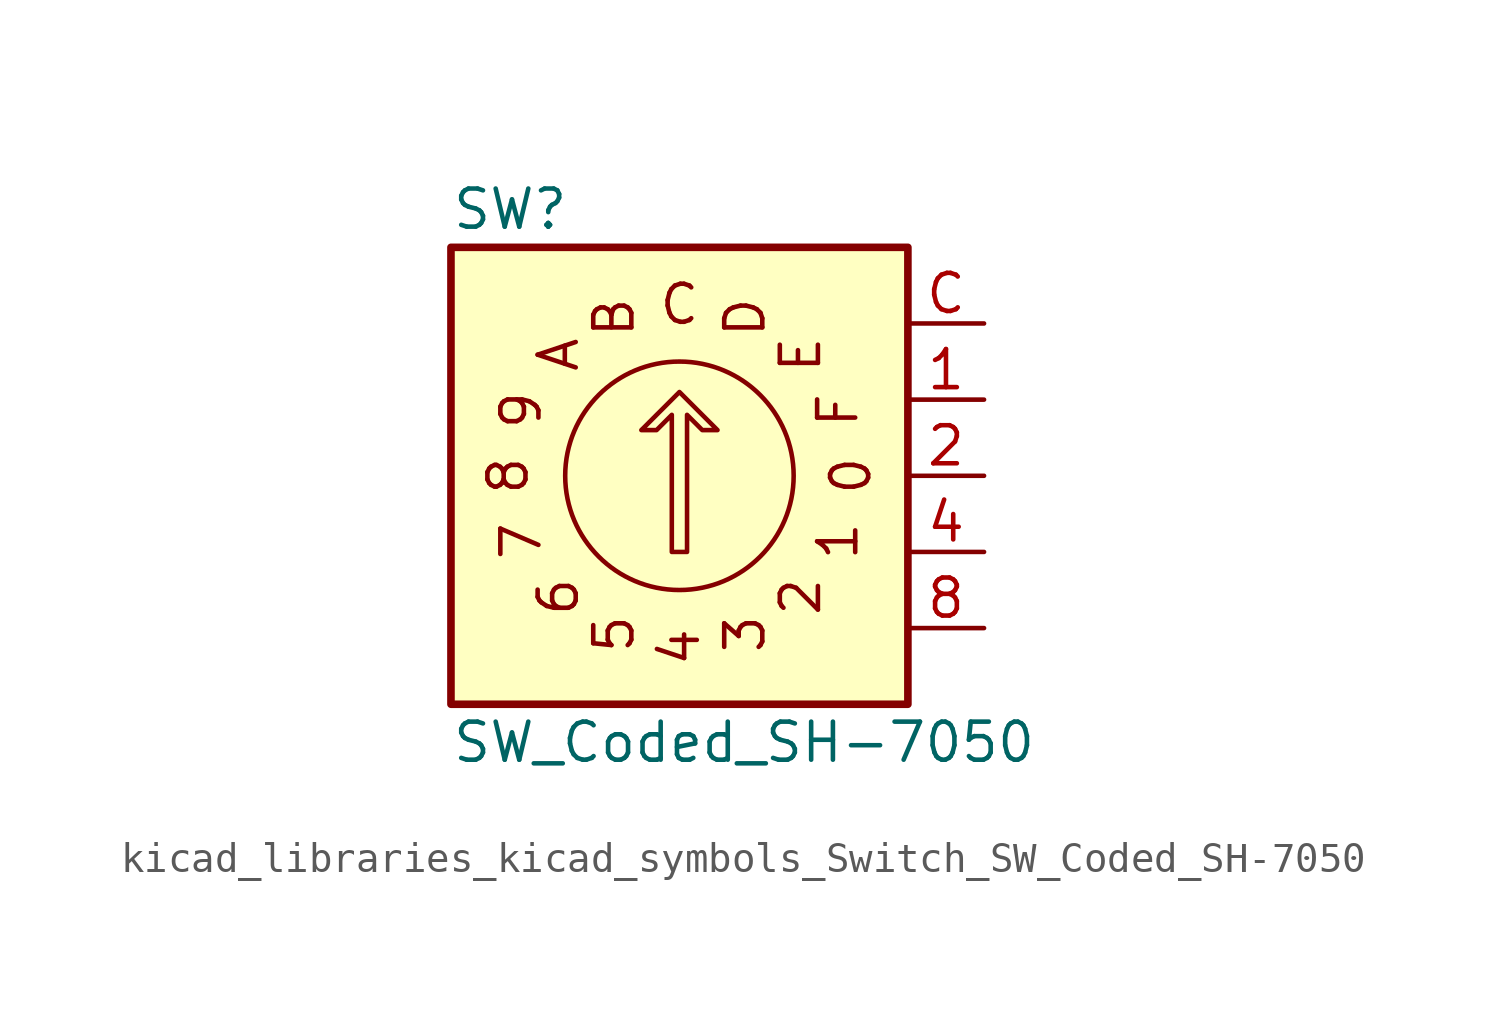
<source format=kicad_sym>
(kicad_symbol_lib
  (version 20220914)
  (generator kicad_symbol_editor)
  (symbol "kicad_libraries_kicad_symbols_Switch_SW_Coded_SH-7050"
    (pin_names hide)
    (property "Reference" "SW"
      (at -7.62 8.89 0)
      (effects (font (size 1.27 1.27)) (justify left)))
    (property "Value" "SW_Coded_SH-7050"
      (at -7.62 -8.89 0)
      (effects (font (size 1.27 1.27)) (justify left)))
    (symbol "kicad_libraries_kicad_symbols_Switch_SW_Coded_SH-7050_0_0"
      (text "0" (at 5.715 0 2700) (effects (font (size 1.27 1.27))))
      (text "1" (at 5.283 -2.184 2475) (effects (font (size 1.27 1.27))))
      (text "2" (at 4.039 -4.039 2250) (effects (font (size 1.27 1.27))))
      (text "3" (at 2.184 -5.283 2025) (effects (font (size 1.27 1.27))))
      (text "4" (at 0 -5.715 1800) (effects (font (size 1.27 1.27))))
      (text "5" (at -2.184 -5.283 1575) (effects (font (size 1.27 1.27))))
      (text "6" (at -4.039 -4.039 1350) (effects (font (size 1.27 1.27))))
      (text "7" (at -5.283 -2.184 1125) (effects (font (size 1.27 1.27))))
      (text "8" (at -5.715 0 900) (effects (font (size 1.27 1.27))))
      (text "9" (at -5.283 2.184 675) (effects (font (size 1.27 1.27))))
      (text "A" (at -4.039 4.039 450) (effects (font (size 1.27 1.27))))
      (text "B" (at -2.184 5.283 225) (effects (font (size 1.27 1.27))))
      (text "C" (at 0 5.715 0) (effects (font (size 1.27 1.27))))
      (text "D" (at 2.184 5.283 3375) (effects (font (size 1.27 1.27))))
      (text "E" (at 4.039 4.039 3150) (effects (font (size 1.27 1.27))))
      (text "F" (at 5.283 2.184 2925) (effects (font (size 1.27 1.27)))))
    (symbol "kicad_libraries_kicad_symbols_Switch_SW_Coded_SH-7050_0_1"
      (polyline (pts (xy -0.254 -2.54) (xy -0.254 2.032) (xy -0.762 1.524) (xy -1.27 1.524) (xy 0 2.794) (xy 1.27 1.524) (xy 0.762 1.524) (xy 0.254 2.032) (xy 0.254 -2.54) (xy -0.254 -2.54) (xy -0.254 -2.54)) (stroke (width 0) (type default)) (fill (type none)))
      (circle (center 0 0) (radius 3.81) (stroke (width 0) (type default)) (fill (type none)))
      (rectangle (start 7.62 7.62) (end -7.62 -7.62) (stroke (width 0.254) (type default)) (fill (type background))))
    (symbol "kicad_libraries_kicad_symbols_Switch_SW_Coded_SH-7050_1_1"
      (pin passive line (at 10.16 2.54 180) (length 2.54) (name "1" (effects (font (size 1.27 1.27)))) (number "1" (effects (font (size 1.27 1.27)))))
      (pin passive line (at 10.16 0 180) (length 2.54) (name "2" (effects (font (size 1.27 1.27)))) (number "2" (effects (font (size 1.27 1.27)))))
      (pin passive line (at 10.16 -2.54 180) (length 2.54) (name "4" (effects (font (size 1.27 1.27)))) (number "4" (effects (font (size 1.27 1.27)))))
      (pin passive line (at 10.16 -5.08 180) (length 2.54) (name "8" (effects (font (size 1.27 1.27)))) (number "8" (effects (font (size 1.27 1.27)))))
      (pin passive line (at 10.16 5.08 180) (length 2.54) (name "C" (effects (font (size 1.27 1.27)))) (number "C" (effects (font (size 1.27 1.27))))))))
</source>
